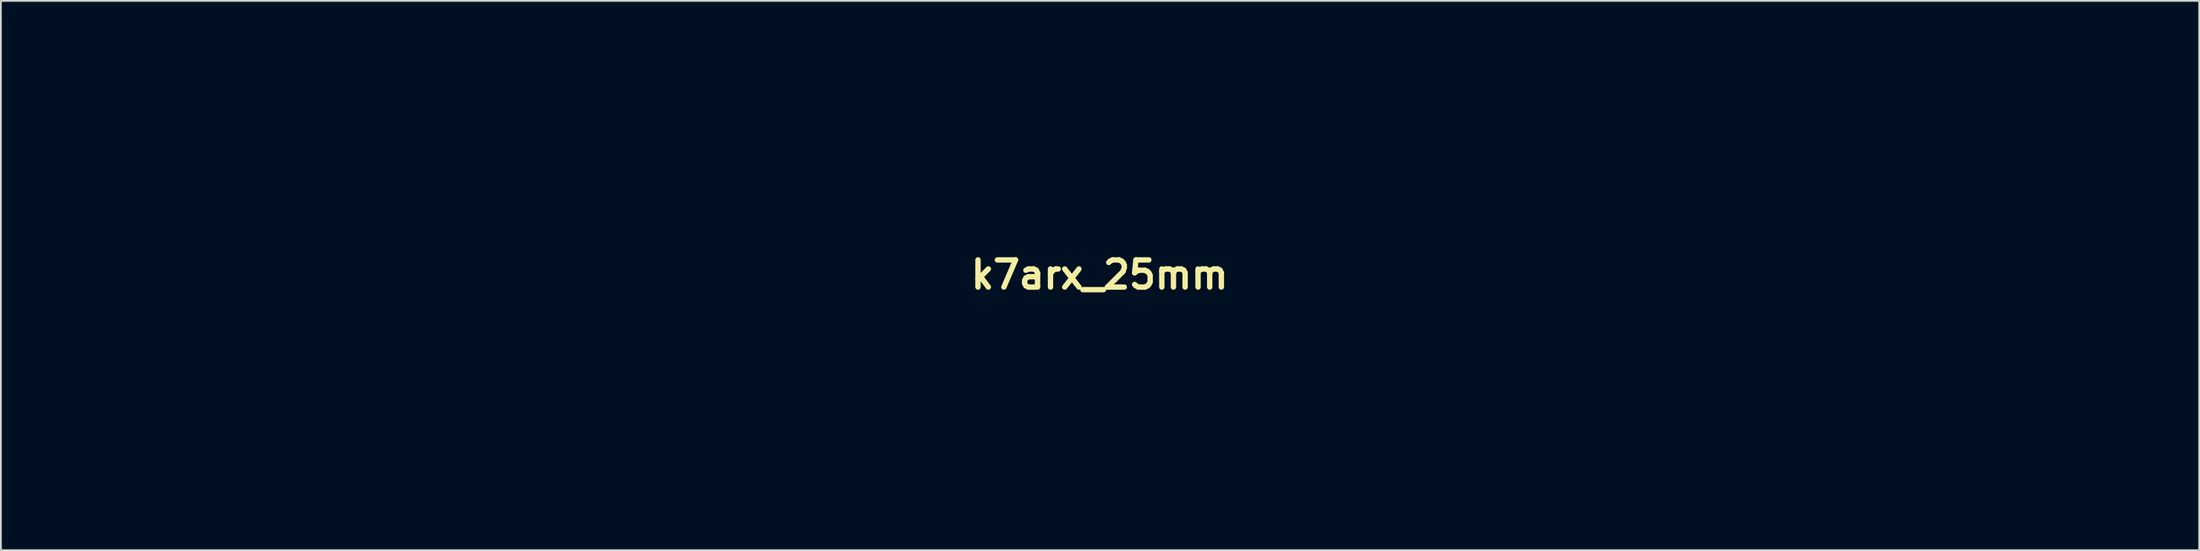
<source format=kicad_pcb>
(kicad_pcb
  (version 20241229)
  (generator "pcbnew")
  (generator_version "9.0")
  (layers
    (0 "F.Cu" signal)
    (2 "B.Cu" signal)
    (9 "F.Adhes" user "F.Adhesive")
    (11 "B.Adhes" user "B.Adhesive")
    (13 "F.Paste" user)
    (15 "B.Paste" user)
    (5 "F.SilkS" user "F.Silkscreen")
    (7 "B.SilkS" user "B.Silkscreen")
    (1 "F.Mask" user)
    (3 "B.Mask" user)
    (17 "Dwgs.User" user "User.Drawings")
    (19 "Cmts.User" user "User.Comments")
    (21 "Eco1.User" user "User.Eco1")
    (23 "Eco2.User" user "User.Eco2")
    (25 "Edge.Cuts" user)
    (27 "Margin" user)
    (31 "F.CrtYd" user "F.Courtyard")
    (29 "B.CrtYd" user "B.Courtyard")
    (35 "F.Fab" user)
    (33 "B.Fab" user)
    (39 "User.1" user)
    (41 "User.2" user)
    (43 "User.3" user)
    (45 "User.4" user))
  (footprint "k7arx_25mm"
    (layer "F.Cu")
    (at 58.603 12.369)
    (property "Reference" "k7arx_25mm" (at 0 0 0) (layer "F.SilkS") (effects (font (size 1.524 1.524) (thickness 0.3))))
    (attr through_hole)
    (fp_poly (pts (xy -32.074 -12.148) (xy -31.975 -12.142) (xy -31.837 -12.132) (xy -31.668 -12.118) (xy -31.472 -12.103) (xy -31.256 -12.085) (xy -31.026 -12.065) (xy -30.873 -12.051) (xy -30.395 -12.01) (xy -29.953 -11.973) (xy -29.54 -11.94) (xy -29.149 -11.912) (xy -28.774 -11.887) (xy -28.409 -11.866) (xy -28.048 -11.849) (xy -27.684 -11.834) (xy -27.312 -11.822) (xy -26.924 -11.814) (xy -26.515 -11.807) (xy -26.078 -11.802) (xy -25.607 -11.799) (xy -25.095 -11.798) (xy -24.8 -11.798) (xy -24.202 -11.799) (xy -23.648 -11.802) (xy -23.131 -11.807) (xy -22.646 -11.814) (xy -22.186 -11.824) (xy -21.745 -11.837) (xy -21.317 -11.852) (xy -20.896 -11.871) (xy -20.475 -11.893) (xy -20.049 -11.919) (xy -19.61 -11.948) (xy -19.205 -11.977) (xy -18.983 -11.993) (xy -18.776 -12.007) (xy -18.589 -12.019) (xy -18.427 -12.028) (xy -18.296 -12.034) (xy -18.201 -12.037) (xy -18.149 -12.037) (xy -18.142 -12.036) (xy -18.046 -11.985) (xy -17.941 -11.89) (xy -17.83 -11.756) (xy -17.717 -11.586) (xy -17.606 -11.386) (xy -17.594 -11.363) (xy -17.52 -11.204) (xy -17.446 -11.023) (xy -17.372 -10.828) (xy -17.303 -10.629) (xy -17.242 -10.433) (xy -17.191 -10.251) (xy -17.152 -10.09) (xy -17.13 -9.961) (xy -17.125 -9.893) (xy -17.132 -9.822) (xy -17.155 -9.749) (xy -17.199 -9.668) (xy -17.267 -9.574) (xy -17.364 -9.459) (xy -17.494 -9.318) (xy -17.516 -9.294) (xy -17.771 -9.023) (xy -17.999 -8.777) (xy -18.209 -8.546) (xy -18.41 -8.319) (xy -18.589 -8.113) (xy -19.304 -7.245) (xy -19.988 -6.348) (xy -20.639 -5.423) (xy -21.255 -4.475) (xy -21.833 -3.508) (xy -22.371 -2.525) (xy -22.868 -1.531) (xy -23.32 -0.528) (xy -23.726 0.48) (xy -23.983 1.188) (xy -24.26 2.033) (xy -24.501 2.865) (xy -24.709 3.692) (xy -24.886 4.526) (xy -25.034 5.375) (xy -25.156 6.251) (xy -25.242 7.05) (xy -25.253 7.195) (xy -25.262 7.379) (xy -25.271 7.594) (xy -25.277 7.835) (xy -25.283 8.093) (xy -25.286 8.364) (xy -25.288 8.639) (xy -25.289 8.912) (xy -25.288 9.178) (xy -25.286 9.428) (xy -25.281 9.657) (xy -25.275 9.858) (xy -25.268 10.024) (xy -25.258 10.149) (xy -25.255 10.175) (xy -25.224 10.4) (xy -25.183 10.642) (xy -25.137 10.885) (xy -25.086 11.119) (xy -25.035 11.329) (xy -24.985 11.502) (xy -24.984 11.506) (xy -24.93 11.694) (xy -24.895 11.865) (xy -24.882 11.975) (xy -24.878 12.076) (xy -24.882 12.144) (xy -24.897 12.195) (xy -24.927 12.245) (xy -24.929 12.249) (xy -24.991 12.32) (xy -25.066 12.38) (xy -25.075 12.386) (xy -25.09 12.395) (xy -25.107 12.402) (xy -25.129 12.409) (xy -25.158 12.414) (xy -25.199 12.419) (xy -25.253 12.423) (xy -25.324 12.427) (xy -25.415 12.43) (xy -25.528 12.433) (xy -25.668 12.435) (xy -25.836 12.436) (xy -26.036 12.437) (xy -26.271 12.439) (xy -26.544 12.439) (xy -26.857 12.44) (xy -27.215 12.441) (xy -27.619 12.441) (xy -27.637 12.441) (xy -27.987 12.442) (xy -28.323 12.442) (xy -28.642 12.441) (xy -28.941 12.441) (xy -29.217 12.44) (xy -29.465 12.438) (xy -29.683 12.437) (xy -29.867 12.435) (xy -30.013 12.433) (xy -30.118 12.43) (xy -30.178 12.428) (xy -30.191 12.426) (xy -30.311 12.375) (xy -30.424 12.288) (xy -30.516 12.178) (xy -30.573 12.06) (xy -30.574 12.055) (xy -30.588 11.971) (xy -30.596 11.837) (xy -30.599 11.655) (xy -30.596 11.426) (xy -30.587 11.15) (xy -30.575 10.863) (xy -30.501 9.816) (xy -30.379 8.755) (xy -30.209 7.682) (xy -29.993 6.597) (xy -29.729 5.5) (xy -29.418 4.393) (xy -29.061 3.275) (xy -28.657 2.148) (xy -28.207 1.012) (xy -27.711 -0.131) (xy -27.169 -1.282) (xy -26.582 -2.44) (xy -26.364 -2.85) (xy -26.029 -3.458) (xy -25.676 -4.075) (xy -25.308 -4.694) (xy -24.931 -5.307) (xy -24.549 -5.906) (xy -24.168 -6.484) (xy -23.793 -7.032) (xy -23.427 -7.543) (xy -23.327 -7.679) (xy -23.272 -7.757) (xy -23.234 -7.819) (xy -23.218 -7.855) (xy -23.219 -7.86) (xy -23.246 -7.863) (xy -23.319 -7.865) (xy -23.436 -7.867) (xy -23.592 -7.869) (xy -23.784 -7.871) (xy -24.009 -7.872) (xy -24.263 -7.873) (xy -24.542 -7.874) (xy -24.843 -7.875) (xy -25.162 -7.875) (xy -25.496 -7.875) (xy -25.842 -7.875) (xy -26.196 -7.875) (xy -26.554 -7.874) (xy -26.913 -7.874) (xy -27.269 -7.873) (xy -27.619 -7.872) (xy -27.96 -7.87) (xy -28.287 -7.869) (xy -28.598 -7.867) (xy -28.889 -7.865) (xy -29.156 -7.864) (xy -29.396 -7.861) (xy -29.605 -7.859) (xy -29.78 -7.857) (xy -29.918 -7.854) (xy -30.014 -7.851) (xy -30.05 -7.85) (xy -30.636 -7.798) (xy -31.188 -7.715) (xy -31.711 -7.601) (xy -32.211 -7.453) (xy -32.431 -7.375) (xy -32.542 -7.331) (xy -32.686 -7.27) (xy -32.85 -7.198) (xy -33.023 -7.12) (xy -33.192 -7.042) (xy -33.212 -7.032) (xy -33.426 -6.931) (xy -33.601 -6.851) (xy -33.742 -6.788) (xy -33.857 -6.742) (xy -33.949 -6.71) (xy -34.026 -6.689) (xy -34.092 -6.679) (xy -34.154 -6.675) (xy -34.16 -6.675) (xy -34.344 -6.693) (xy -34.504 -6.743) (xy -34.634 -6.823) (xy -34.729 -6.928) (xy -34.786 -7.054) (xy -34.8 -7.166) (xy -34.788 -7.305) (xy -34.753 -7.483) (xy -34.698 -7.694) (xy -34.625 -7.935) (xy -34.535 -8.201) (xy -34.431 -8.486) (xy -34.315 -8.786) (xy -34.188 -9.095) (xy -34.053 -9.41) (xy -33.912 -9.726) (xy -33.766 -10.037) (xy -33.619 -10.339) (xy -33.471 -10.627) (xy -33.324 -10.896) (xy -33.182 -11.141) (xy -33.045 -11.358) (xy -33.025 -11.388) (xy -32.874 -11.605) (xy -32.739 -11.781) (xy -32.617 -11.917) (xy -32.503 -12.019) (xy -32.393 -12.089) (xy -32.283 -12.131) (xy -32.169 -12.149) (xy -32.13 -12.15) (xy -32.074 -12.148)) (stroke (width 0.01) (type solid)) (fill yes) (layer "F.Mask"))
    (fp_poly (pts (xy -55.803 -11.962) (xy -55.502 -11.962) (xy -55.243 -11.962) (xy -55.024 -11.961) (xy -54.84 -11.959) (xy -54.688 -11.957) (xy -54.564 -11.955) (xy -54.465 -11.952) (xy -54.386 -11.947) (xy -54.325 -11.943) (xy -54.277 -11.937) (xy -54.239 -11.93) (xy -54.207 -11.922) (xy -54.195 -11.919) (xy -54.027 -11.847) (xy -53.893 -11.743) (xy -53.784 -11.601) (xy -53.75 -11.539) (xy -53.663 -11.367) (xy -53.666 -11.027) (xy -53.669 -10.875) (xy -53.678 -10.693) (xy -53.69 -10.502) (xy -53.704 -10.321) (xy -53.709 -10.275) (xy -53.735 -9.983) (xy -53.761 -9.667) (xy -53.785 -9.324) (xy -53.809 -8.95) (xy -53.833 -8.542) (xy -53.855 -8.097) (xy -53.878 -7.61) (xy -53.901 -7.079) (xy -53.913 -6.787) (xy -53.92 -6.6) (xy -53.927 -6.38) (xy -53.934 -6.133) (xy -53.941 -5.863) (xy -53.948 -5.575) (xy -53.954 -5.272) (xy -53.961 -4.961) (xy -53.967 -4.644) (xy -53.972 -4.327) (xy -53.978 -4.013) (xy -53.982 -3.709) (xy -53.986 -3.416) (xy -53.989 -3.142) (xy -53.992 -2.889) (xy -53.994 -2.662) (xy -53.994 -2.466) (xy -53.994 -2.305) (xy -53.993 -2.184) (xy -53.991 -2.107) (xy -53.99 -2.092) (xy -53.962 -1.929) (xy -53.913 -1.81) (xy -53.842 -1.737) (xy -53.75 -1.709) (xy -53.637 -1.726) (xy -53.504 -1.789) (xy -53.351 -1.897) (xy -53.35 -1.897) (xy -53.274 -1.961) (xy -53.166 -2.052) (xy -53.032 -2.168) (xy -52.878 -2.302) (xy -52.71 -2.45) (xy -52.533 -2.607) (xy -52.352 -2.767) (xy -52.174 -2.927) (xy -52.004 -3.08) (xy -51.847 -3.222) (xy -51.763 -3.299) (xy -51.371 -3.66) (xy -50.989 -4.018) (xy -50.613 -4.374) (xy -50.242 -4.731) (xy -49.872 -5.092) (xy -49.5 -5.46) (xy -49.124 -5.837) (xy -48.742 -6.228) (xy -48.349 -6.634) (xy -47.945 -7.058) (xy -47.524 -7.503) (xy -47.086 -7.972) (xy -46.627 -8.468) (xy -46.145 -8.994) (xy -45.636 -9.552) (xy -45.099 -10.145) (xy -45.049 -10.2) (xy -44.796 -10.48) (xy -44.573 -10.724) (xy -44.377 -10.937) (xy -44.206 -11.119) (xy -44.056 -11.275) (xy -43.925 -11.405) (xy -43.809 -11.514) (xy -43.705 -11.603) (xy -43.611 -11.675) (xy -43.524 -11.732) (xy -43.44 -11.777) (xy -43.358 -11.813) (xy -43.273 -11.842) (xy -43.183 -11.866) (xy -43.096 -11.886) (xy -43.061 -11.893) (xy -43.019 -11.899) (xy -42.968 -11.904) (xy -42.904 -11.909) (xy -42.825 -11.912) (xy -42.726 -11.915) (xy -42.606 -11.918) (xy -42.46 -11.92) (xy -42.285 -11.921) (xy -42.079 -11.922) (xy -41.838 -11.922) (xy -41.56 -11.922) (xy -41.24 -11.921) (xy -40.876 -11.921) (xy -40.538 -11.92) (xy -40.139 -11.918) (xy -39.787 -11.917) (xy -39.478 -11.916) (xy -39.211 -11.915) (xy -38.982 -11.913) (xy -38.787 -11.911) (xy -38.624 -11.909) (xy -38.489 -11.907) (xy -38.381 -11.904) (xy -38.294 -11.9) (xy -38.227 -11.896) (xy -38.177 -11.892) (xy -38.139 -11.887) (xy -38.113 -11.881) (xy -38.093 -11.874) (xy -38.08 -11.868) (xy -37.984 -11.789) (xy -37.924 -11.681) (xy -37.9 -11.554) (xy -37.917 -11.417) (xy -37.938 -11.355) (xy -37.966 -11.294) (xy -38.001 -11.233) (xy -38.047 -11.167) (xy -38.106 -11.092) (xy -38.183 -11.007) (xy -38.28 -10.906) (xy -38.401 -10.786) (xy -38.549 -10.643) (xy -38.728 -10.475) (xy -38.937 -10.28) (xy -39.599 -9.665) (xy -40.226 -9.081) (xy -40.822 -8.524) (xy -41.389 -7.992) (xy -41.931 -7.481) (xy -42.451 -6.989) (xy -42.952 -6.513) (xy -43.436 -6.05) (xy -43.908 -5.597) (xy -44.369 -5.15) (xy -44.823 -4.708) (xy -45.274 -4.267) (xy -45.723 -3.825) (xy -46.174 -3.378) (xy -46.63 -2.924) (xy -46.728 -2.827) (xy -46.961 -2.593) (xy -47.186 -2.367) (xy -47.4 -2.152) (xy -47.599 -1.949) (xy -47.783 -1.763) (xy -47.946 -1.596) (xy -48.088 -1.45) (xy -48.204 -1.329) (xy -48.293 -1.236) (xy -48.351 -1.172) (xy -48.372 -1.146) (xy -48.455 -1.024) (xy -48.5 -0.924) (xy -48.507 -0.834) (xy -48.476 -0.743) (xy -48.405 -0.639) (xy -48.355 -0.578) (xy -48.311 -0.527) (xy -48.24 -0.444) (xy -48.146 -0.333) (xy -48.033 -0.2) (xy -47.905 -0.05) (xy -47.769 0.111) (xy -47.642 0.26) (xy -47.24 0.734) (xy -46.846 1.197) (xy -46.463 1.646) (xy -46.092 2.079) (xy -45.736 2.494) (xy -45.397 2.888) (xy -45.077 3.258) (xy -44.777 3.603) (xy -44.501 3.92) (xy -44.25 4.206) (xy -44.027 4.459) (xy -43.833 4.676) (xy -43.801 4.713) (xy -43.097 5.484) (xy -42.413 6.212) (xy -41.746 6.901) (xy -41.095 7.551) (xy -40.456 8.165) (xy -39.828 8.746) (xy -39.208 9.296) (xy -38.593 9.816) (xy -38.087 10.227) (xy -38.009 10.289) (xy -37.902 10.375) (xy -37.776 10.474) (xy -37.644 10.579) (xy -37.548 10.656) (xy -37.345 10.824) (xy -37.161 10.988) (xy -37.003 11.142) (xy -36.876 11.281) (xy -36.784 11.401) (xy -36.763 11.435) (xy -36.688 11.599) (xy -36.648 11.771) (xy -36.646 11.936) (xy -36.65 11.961) (xy -36.688 12.115) (xy -36.753 12.234) (xy -36.85 12.329) (xy -36.95 12.391) (xy -36.965 12.398) (xy -36.984 12.405) (xy -37.01 12.41) (xy -37.044 12.415) (xy -37.091 12.42) (xy -37.153 12.424) (xy -37.232 12.427) (xy -37.332 12.43) (xy -37.456 12.433) (xy -37.606 12.435) (xy -37.784 12.437) (xy -37.995 12.438) (xy -38.24 12.439) (xy -38.523 12.441) (xy -38.846 12.442) (xy -39.213 12.443) (xy -39.625 12.444) (xy -39.812 12.444) (xy -40.319 12.446) (xy -40.776 12.446) (xy -41.184 12.446) (xy -41.544 12.445) (xy -41.857 12.444) (xy -42.122 12.442) (xy -42.342 12.439) (xy -42.516 12.436) (xy -42.645 12.432) (xy -42.73 12.428) (xy -42.762 12.425) (xy -42.888 12.396) (xy -43.026 12.35) (xy -43.114 12.313) (xy -43.23 12.245) (xy -43.352 12.151) (xy -43.483 12.026) (xy -43.627 11.867) (xy -43.788 11.67) (xy -43.9 11.524) (xy -44.232 11.087) (xy -44.572 10.646) (xy -44.922 10.199) (xy -45.284 9.744) (xy -45.66 9.278) (xy -46.053 8.798) (xy -46.463 8.304) (xy -46.893 7.792) (xy -47.345 7.26) (xy -47.82 6.706) (xy -48.321 6.127) (xy -48.85 5.521) (xy -49.408 4.887) (xy -49.998 4.22) (xy -50.528 3.625) (xy -50.765 3.36) (xy -50.972 3.129) (xy -51.15 2.93) (xy -51.304 2.761) (xy -51.435 2.619) (xy -51.546 2.501) (xy -51.64 2.404) (xy -51.719 2.325) (xy -51.785 2.262) (xy -51.842 2.212) (xy -51.892 2.173) (xy -51.937 2.141) (xy -51.937 2.141) (xy -51.995 2.105) (xy -52.046 2.084) (xy -52.098 2.078) (xy -52.155 2.09) (xy -52.225 2.124) (xy -52.311 2.181) (xy -52.421 2.264) (xy -52.56 2.375) (xy -52.651 2.45) (xy -52.913 2.668) (xy -53.138 2.86) (xy -53.328 3.031) (xy -53.487 3.184) (xy -53.618 3.323) (xy -53.723 3.452) (xy -53.805 3.575) (xy -53.868 3.696) (xy -53.915 3.818) (xy -53.948 3.945) (xy -53.971 4.081) (xy -53.979 4.15) (xy -53.985 4.245) (xy -53.988 4.387) (xy -53.988 4.571) (xy -53.985 4.793) (xy -53.98 5.051) (xy -53.972 5.339) (xy -53.962 5.655) (xy -53.95 5.995) (xy -53.937 6.354) (xy -53.921 6.73) (xy -53.904 7.118) (xy -53.885 7.514) (xy -53.865 7.916) (xy -53.843 8.319) (xy -53.821 8.719) (xy -53.798 9.112) (xy -53.773 9.496) (xy -53.762 9.662) (xy -53.737 10.04) (xy -53.716 10.371) (xy -53.698 10.659) (xy -53.684 10.907) (xy -53.673 11.12) (xy -53.666 11.301) (xy -53.662 11.453) (xy -53.662 11.579) (xy -53.666 11.684) (xy -53.674 11.771) (xy -53.685 11.843) (xy -53.7 11.904) (xy -53.719 11.957) (xy -53.742 12.006) (xy -53.769 12.055) (xy -53.782 12.078) (xy -53.882 12.201) (xy -54.02 12.309) (xy -54.185 12.391) (xy -54.225 12.406) (xy -54.264 12.411) (xy -54.349 12.416) (xy -54.474 12.42) (xy -54.634 12.424) (xy -54.824 12.428) (xy -55.04 12.432) (xy -55.275 12.435) (xy -55.526 12.437) (xy -55.787 12.439) (xy -56.054 12.441) (xy -56.321 12.442) (xy -56.583 12.443) (xy -56.836 12.443) (xy -57.075 12.442) (xy -57.294 12.441) (xy -57.489 12.439) (xy -57.654 12.436) (xy -57.785 12.433) (xy -57.877 12.429) (xy -57.919 12.425) (xy -58.114 12.373) (xy -58.284 12.28) (xy -58.423 12.15) (xy -58.527 11.988) (xy -58.553 11.927) (xy -58.571 11.877) (xy -58.584 11.829) (xy -58.592 11.775) (xy -58.597 11.706) (xy -58.598 11.615) (xy -58.597 11.493) (xy -58.593 11.331) (xy -58.591 11.275) (xy -58.584 11.082) (xy -58.575 10.857) (xy -58.563 10.621) (xy -58.551 10.391) (xy -58.539 10.2) (xy -58.513 9.795) (xy -58.488 9.345) (xy -58.462 8.856) (xy -58.437 8.333) (xy -58.413 7.782) (xy -58.39 7.207) (xy -58.367 6.616) (xy -58.345 6.012) (xy -58.325 5.401) (xy -58.307 4.79) (xy -58.29 4.182) (xy -58.275 3.584) (xy -58.263 3.001) (xy -58.252 2.438) (xy -58.248 2.188) (xy -58.235 0.677) (xy -58.237 -0.87) (xy -58.255 -2.445) (xy -58.289 -4.037) (xy -58.339 -5.635) (xy -58.403 -7.23) (xy -58.482 -8.812) (xy -58.54 -9.8) (xy -58.554 -10.036) (xy -58.566 -10.268) (xy -58.577 -10.488) (xy -58.585 -10.689) (xy -58.592 -10.864) (xy -58.595 -11.006) (xy -58.595 -11.106) (xy -58.595 -11.125) (xy -58.589 -11.257) (xy -58.581 -11.351) (xy -58.567 -11.423) (xy -58.546 -11.484) (xy -58.52 -11.539) (xy -58.41 -11.697) (xy -58.263 -11.823) (xy -58.11 -11.903) (xy -57.962 -11.963) (xy -56.15 -11.963) (xy -55.803 -11.962)) (stroke (width 0.01) (type solid)) (fill yes) (layer "F.Mask"))
    (fp_poly (pts (xy 18.785 -11.976) (xy 19.23 -11.975) (xy 19.668 -11.975) (xy 20.096 -11.974) (xy 20.511 -11.973) (xy 20.909 -11.972) (xy 21.289 -11.971) (xy 21.647 -11.969) (xy 21.981 -11.967) (xy 22.287 -11.965) (xy 22.563 -11.963) (xy 22.805 -11.961) (xy 23.012 -11.958) (xy 23.18 -11.955) (xy 23.306 -11.953) (xy 23.378 -11.95) (xy 23.826 -11.925) (xy 24.235 -11.894) (xy 24.613 -11.858) (xy 24.97 -11.815) (xy 25.317 -11.764) (xy 25.663 -11.704) (xy 25.762 -11.685) (xy 26.402 -11.542) (xy 27.002 -11.37) (xy 27.562 -11.168) (xy 28.082 -10.937) (xy 28.562 -10.676) (xy 29.002 -10.386) (xy 29.402 -10.067) (xy 29.761 -9.718) (xy 30.08 -9.341) (xy 30.358 -8.934) (xy 30.596 -8.498) (xy 30.67 -8.336) (xy 30.816 -7.964) (xy 30.942 -7.564) (xy 31.041 -7.154) (xy 31.085 -6.912) (xy 31.119 -6.698) (xy 31.144 -6.514) (xy 31.162 -6.348) (xy 31.175 -6.185) (xy 31.182 -6.011) (xy 31.185 -5.814) (xy 31.186 -5.612) (xy 31.176 -5.175) (xy 31.145 -4.773) (xy 31.093 -4.394) (xy 31.016 -4.027) (xy 30.914 -3.661) (xy 30.895 -3.6) (xy 30.71 -3.096) (xy 30.482 -2.607) (xy 30.211 -2.13) (xy 29.895 -1.663) (xy 29.532 -1.203) (xy 29.121 -0.749) (xy 28.975 -0.6) (xy 28.699 -0.332) (xy 28.415 -0.071) (xy 28.117 0.187) (xy 27.8 0.446) (xy 27.46 0.709) (xy 27.092 0.98) (xy 26.691 1.264) (xy 26.252 1.563) (xy 26.029 1.712) (xy 25.87 1.818) (xy 25.722 1.919) (xy 25.593 2.009) (xy 25.487 2.084) (xy 25.41 2.141) (xy 25.368 2.176) (xy 25.363 2.182) (xy 25.329 2.271) (xy 25.331 2.381) (xy 25.366 2.498) (xy 25.394 2.553) (xy 25.411 2.581) (xy 25.436 2.618) (xy 25.471 2.668) (xy 25.516 2.732) (xy 25.574 2.813) (xy 25.647 2.913) (xy 25.735 3.033) (xy 25.841 3.177) (xy 25.966 3.346) (xy 26.112 3.542) (xy 26.28 3.769) (xy 26.471 4.027) (xy 26.689 4.319) (xy 26.933 4.647) (xy 27.138 4.922) (xy 27.416 5.294) (xy 27.669 5.63) (xy 27.902 5.936) (xy 28.119 6.217) (xy 28.324 6.478) (xy 28.521 6.726) (xy 28.714 6.965) (xy 28.909 7.2) (xy 29.108 7.437) (xy 29.316 7.681) (xy 29.382 7.758) (xy 29.648 8.061) (xy 29.934 8.38) (xy 30.236 8.709) (xy 30.548 9.043) (xy 30.864 9.374) (xy 31.178 9.698) (xy 31.486 10.009) (xy 31.78 10.301) (xy 32.057 10.568) (xy 32.309 10.804) (xy 32.396 10.882) (xy 32.586 11.063) (xy 32.747 11.234) (xy 32.876 11.392) (xy 32.968 11.532) (xy 33.022 11.651) (xy 33.024 11.659) (xy 33.043 11.771) (xy 33.045 11.897) (xy 33.044 11.921) (xy 33.008 12.094) (xy 32.936 12.232) (xy 32.828 12.336) (xy 32.683 12.406) (xy 32.612 12.425) (xy 32.566 12.43) (xy 32.479 12.434) (xy 32.349 12.438) (xy 32.175 12.441) (xy 31.956 12.443) (xy 31.692 12.445) (xy 31.381 12.446) (xy 31.024 12.446) (xy 30.619 12.446) (xy 30.165 12.445) (xy 29.899 12.444) (xy 27.312 12.437) (xy 27.164 12.381) (xy 26.991 12.305) (xy 26.847 12.218) (xy 26.713 12.107) (xy 26.681 12.076) (xy 26.623 12.018) (xy 26.568 11.961) (xy 26.513 11.899) (xy 26.456 11.83) (xy 26.393 11.75) (xy 26.322 11.655) (xy 26.24 11.543) (xy 26.146 11.409) (xy 26.036 11.249) (xy 25.907 11.061) (xy 25.758 10.841) (xy 25.586 10.585) (xy 25.462 10.4) (xy 25.065 9.812) (xy 24.688 9.259) (xy 24.325 8.735) (xy 23.972 8.233) (xy 23.622 7.743) (xy 23.272 7.26) (xy 22.914 6.777) (xy 22.544 6.284) (xy 22.157 5.776) (xy 21.747 5.245) (xy 21.659 5.131) (xy 21.475 4.898) (xy 21.315 4.704) (xy 21.177 4.546) (xy 21.057 4.422) (xy 20.952 4.328) (xy 20.859 4.262) (xy 20.775 4.221) (xy 20.698 4.202) (xy 20.661 4.2) (xy 20.596 4.208) (xy 20.49 4.229) (xy 20.348 4.264) (xy 20.177 4.308) (xy 19.982 4.362) (xy 19.769 4.424) (xy 19.544 4.491) (xy 19.314 4.561) (xy 19.084 4.634) (xy 18.86 4.708) (xy 18.728 4.753) (xy 18.616 4.79) (xy 18.521 4.821) (xy 18.453 4.842) (xy 18.422 4.85) (xy 18.418 4.826) (xy 18.415 4.754) (xy 18.412 4.64) (xy 18.409 4.485) (xy 18.406 4.293) (xy 18.404 4.067) (xy 18.402 3.81) (xy 18.401 3.527) (xy 18.4 3.219) (xy 18.4 2.891) (xy 18.4 0.932) (xy 18.844 0.788) (xy 19.539 0.552) (xy 20.221 0.297) (xy 20.884 0.026) (xy 21.52 -0.257) (xy 22.121 -0.55) (xy 22.68 -0.849) (xy 22.762 -0.895) (xy 23.346 -1.245) (xy 23.883 -1.605) (xy 24.374 -1.974) (xy 24.819 -2.351) (xy 25.215 -2.736) (xy 25.565 -3.129) (xy 25.865 -3.529) (xy 26.117 -3.936) (xy 26.287 -4.275) (xy 26.432 -4.643) (xy 26.534 -5.01) (xy 26.594 -5.371) (xy 26.613 -5.723) (xy 26.59 -6.063) (xy 26.526 -6.388) (xy 26.421 -6.694) (xy 26.275 -6.978) (xy 26.09 -7.235) (xy 26.019 -7.315) (xy 25.781 -7.534) (xy 25.503 -7.728) (xy 25.189 -7.894) (xy 24.844 -8.03) (xy 24.471 -8.133) (xy 24.401 -8.149) (xy 24.311 -8.167) (xy 24.225 -8.183) (xy 24.14 -8.198) (xy 24.053 -8.211) (xy 23.961 -8.223) (xy 23.861 -8.233) (xy 23.75 -8.241) (xy 23.625 -8.249) (xy 23.482 -8.255) (xy 23.319 -8.26) (xy 23.133 -8.264) (xy 22.92 -8.267) (xy 22.678 -8.27) (xy 22.403 -8.272) (xy 22.093 -8.273) (xy 21.744 -8.274) (xy 21.353 -8.274) (xy 20.918 -8.275) (xy 20.573 -8.275) (xy 20.118 -8.275) (xy 19.71 -8.275) (xy 19.346 -8.275) (xy 19.024 -8.274) (xy 18.741 -8.273) (xy 18.495 -8.272) (xy 18.282 -8.27) (xy 18.1 -8.267) (xy 17.946 -8.263) (xy 17.818 -8.257) (xy 17.712 -8.251) (xy 17.627 -8.243) (xy 17.558 -8.233) (xy 17.504 -8.221) (xy 17.462 -8.208) (xy 17.429 -8.193) (xy 17.402 -8.175) (xy 17.379 -8.155) (xy 17.357 -8.133) (xy 17.333 -8.108) (xy 17.328 -8.103) (xy 17.312 -8.089) (xy 17.297 -8.077) (xy 17.283 -8.067) (xy 17.271 -8.056) (xy 17.259 -8.044) (xy 17.248 -8.027) (xy 17.237 -8.005) (xy 17.228 -7.976) (xy 17.22 -7.938) (xy 17.212 -7.89) (xy 17.205 -7.83) (xy 17.198 -7.756) (xy 17.193 -7.666) (xy 17.188 -7.56) (xy 17.183 -7.434) (xy 17.179 -7.288) (xy 17.176 -7.12) (xy 17.173 -6.928) (xy 17.17 -6.711) (xy 17.168 -6.467) (xy 17.167 -6.193) (xy 17.165 -5.889) (xy 17.164 -5.553) (xy 17.163 -5.184) (xy 17.163 -4.778) (xy 17.163 -4.336) (xy 17.162 -3.854) (xy 17.162 -3.332) (xy 17.162 -2.768) (xy 17.162 -2.16) (xy 17.162 -1.507) (xy 17.162 -0.806) (xy 17.163 -0.312) (xy 17.162 0.438) (xy 17.163 1.14) (xy 17.163 1.797) (xy 17.163 2.41) (xy 17.163 2.982) (xy 17.163 3.514) (xy 17.164 4.009) (xy 17.165 4.47) (xy 17.166 4.897) (xy 17.167 5.294) (xy 17.169 5.662) (xy 17.171 6.004) (xy 17.173 6.322) (xy 17.176 6.618) (xy 17.179 6.893) (xy 17.183 7.151) (xy 17.187 7.393) (xy 17.192 7.622) (xy 17.198 7.839) (xy 17.204 8.047) (xy 17.21 8.249) (xy 17.217 8.445) (xy 17.225 8.638) (xy 17.234 8.831) (xy 17.244 9.025) (xy 17.254 9.223) (xy 17.265 9.427) (xy 17.277 9.639) (xy 17.29 9.861) (xy 17.304 10.095) (xy 17.319 10.343) (xy 17.327 10.488) (xy 17.344 10.78) (xy 17.357 11.028) (xy 17.366 11.236) (xy 17.37 11.408) (xy 17.369 11.551) (xy 17.364 11.668) (xy 17.354 11.764) (xy 17.34 11.845) (xy 17.32 11.916) (xy 17.295 11.981) (xy 17.288 11.995) (xy 17.199 12.147) (xy 17.081 12.265) (xy 16.926 12.358) (xy 16.88 12.378) (xy 16.738 12.437) (xy 14.825 12.441) (xy 14.517 12.441) (xy 14.221 12.441) (xy 13.941 12.441) (xy 13.682 12.44) (xy 13.447 12.438) (xy 13.241 12.436) (xy 13.069 12.434) (xy 12.933 12.432) (xy 12.838 12.429) (xy 12.79 12.426) (xy 12.787 12.426) (xy 12.593 12.375) (xy 12.424 12.289) (xy 12.287 12.17) (xy 12.187 12.025) (xy 12.141 11.906) (xy 12.127 11.846) (xy 12.115 11.778) (xy 12.108 11.699) (xy 12.103 11.602) (xy 12.103 11.484) (xy 12.105 11.34) (xy 12.112 11.164) (xy 12.122 10.951) (xy 12.135 10.698) (xy 12.15 10.454) (xy 12.197 9.638) (xy 12.239 8.864) (xy 12.277 8.128) (xy 12.31 7.422) (xy 12.34 6.741) (xy 12.365 6.077) (xy 12.387 5.425) (xy 12.405 4.778) (xy 12.419 4.129) (xy 12.43 3.473) (xy 12.438 2.803) (xy 12.444 2.112) (xy 12.446 1.394) (xy 12.446 0.643) (xy 12.443 -0.148) (xy 12.442 -0.362) (xy 12.439 -0.95) (xy 12.435 -1.493) (xy 12.43 -1.998) (xy 12.425 -2.47) (xy 12.418 -2.915) (xy 12.411 -3.338) (xy 12.402 -3.745) (xy 12.392 -4.143) (xy 12.38 -4.536) (xy 12.367 -4.93) (xy 12.351 -5.332) (xy 12.334 -5.746) (xy 12.315 -6.179) (xy 12.293 -6.635) (xy 12.268 -7.122) (xy 12.25 -7.475) (xy 12.226 -7.936) (xy 12.205 -8.35) (xy 12.186 -8.72) (xy 12.169 -9.05) (xy 12.155 -9.342) (xy 12.143 -9.6) (xy 12.132 -9.827) (xy 12.124 -10.025) (xy 12.117 -10.198) (xy 12.111 -10.349) (xy 12.108 -10.481) (xy 12.105 -10.597) (xy 12.104 -10.7) (xy 12.103 -10.794) (xy 12.104 -10.881) (xy 12.105 -10.965) (xy 12.105 -10.971) (xy 12.109 -11.136) (xy 12.115 -11.26) (xy 12.122 -11.352) (xy 12.132 -11.42) (xy 12.146 -11.473) (xy 12.165 -11.521) (xy 12.167 -11.525) (xy 12.266 -11.682) (xy 12.403 -11.806) (xy 12.577 -11.897) (xy 12.745 -11.947) (xy 12.785 -11.95) (xy 12.872 -11.953) (xy 13.003 -11.956) (xy 13.176 -11.959) (xy 13.387 -11.961) (xy 13.634 -11.963) (xy 13.914 -11.965) (xy 14.224 -11.967) (xy 14.56 -11.969) (xy 14.921 -11.971) (xy 15.304 -11.972) (xy 15.704 -11.973) (xy 16.121 -11.974) (xy 16.55 -11.975) (xy 16.988 -11.975) (xy 17.434 -11.976) (xy 17.884 -11.976) (xy 18.336 -11.976) (xy 18.785 -11.976)) (stroke (width 0.01) (type solid)) (fill yes) (layer "F.Mask"))
    (fp_poly (pts (xy 40.453 -11.963) (xy 40.743 -11.962) (xy 40.995 -11.961) (xy 41.212 -11.958) (xy 41.397 -11.955) (xy 41.553 -11.95) (xy 41.683 -11.944) (xy 41.79 -11.936) (xy 41.877 -11.926) (xy 41.947 -11.913) (xy 42.004 -11.898) (xy 42.049 -11.881) (xy 42.087 -11.86) (xy 42.119 -11.836) (xy 42.15 -11.809) (xy 42.182 -11.777) (xy 42.218 -11.743) (xy 42.219 -11.742) (xy 42.261 -11.701) (xy 42.301 -11.658) (xy 42.342 -11.61) (xy 42.386 -11.553) (xy 42.437 -11.481) (xy 42.496 -11.391) (xy 42.568 -11.278) (xy 42.655 -11.138) (xy 42.759 -10.967) (xy 42.884 -10.76) (xy 42.985 -10.592) (xy 43.119 -10.369) (xy 43.232 -10.181) (xy 43.33 -10.02) (xy 43.417 -9.877) (xy 43.499 -9.743) (xy 43.58 -9.612) (xy 43.666 -9.474) (xy 43.761 -9.321) (xy 43.864 -9.156) (xy 43.945 -9.027) (xy 44.022 -8.903) (xy 44.09 -8.795) (xy 44.141 -8.713) (xy 44.161 -8.681) (xy 44.206 -8.61) (xy 44.276 -8.502) (xy 44.368 -8.361) (xy 44.479 -8.192) (xy 44.607 -7.999) (xy 44.748 -7.787) (xy 44.9 -7.559) (xy 45.059 -7.32) (xy 45.222 -7.075) (xy 45.388 -6.828) (xy 45.552 -6.583) (xy 45.712 -6.345) (xy 45.865 -6.118) (xy 46.008 -5.907) (xy 46.138 -5.715) (xy 46.252 -5.548) (xy 46.31 -5.463) (xy 46.438 -5.278) (xy 46.561 -5.103) (xy 46.675 -4.942) (xy 46.777 -4.802) (xy 46.863 -4.686) (xy 46.929 -4.601) (xy 46.972 -4.551) (xy 46.978 -4.544) (xy 47.07 -4.473) (xy 47.157 -4.433) (xy 47.243 -4.428) (xy 47.332 -4.458) (xy 47.427 -4.526) (xy 47.532 -4.633) (xy 47.65 -4.782) (xy 47.786 -4.975) (xy 47.788 -4.977) (xy 47.86 -5.084) (xy 47.952 -5.22) (xy 48.056 -5.371) (xy 48.163 -5.526) (xy 48.247 -5.649) (xy 48.687 -6.291) (xy 49.1 -6.902) (xy 49.492 -7.49) (xy 49.868 -8.064) (xy 50.233 -8.632) (xy 50.593 -9.201) (xy 50.952 -9.779) (xy 51.316 -10.375) (xy 51.47 -10.631) (xy 51.583 -10.818) (xy 51.692 -10.996) (xy 51.793 -11.161) (xy 51.883 -11.305) (xy 51.958 -11.424) (xy 52.015 -11.511) (xy 52.047 -11.559) (xy 52.187 -11.722) (xy 52.332 -11.839) (xy 52.489 -11.914) (xy 52.495 -11.916) (xy 52.52 -11.923) (xy 52.548 -11.93) (xy 52.582 -11.936) (xy 52.626 -11.941) (xy 52.681 -11.946) (xy 52.752 -11.95) (xy 52.841 -11.953) (xy 52.951 -11.955) (xy 53.085 -11.957) (xy 53.248 -11.959) (xy 53.44 -11.96) (xy 53.666 -11.961) (xy 53.929 -11.962) (xy 54.232 -11.962) (xy 54.577 -11.962) (xy 54.969 -11.962) (xy 55.112 -11.963) (xy 57.587 -11.963) (xy 57.698 -11.9) (xy 57.806 -11.818) (xy 57.87 -11.717) (xy 57.894 -11.59) (xy 57.892 -11.521) (xy 57.885 -11.459) (xy 57.875 -11.4) (xy 57.86 -11.339) (xy 57.836 -11.275) (xy 57.803 -11.203) (xy 57.758 -11.122) (xy 57.699 -11.026) (xy 57.624 -10.915) (xy 57.531 -10.783) (xy 57.417 -10.628) (xy 57.282 -10.447) (xy 57.122 -10.237) (xy 56.936 -9.995) (xy 56.721 -9.716) (xy 56.684 -9.669) (xy 56.504 -9.435) (xy 56.328 -9.207) (xy 56.159 -8.989) (xy 56.002 -8.784) (xy 55.858 -8.598) (xy 55.731 -8.433) (xy 55.625 -8.295) (xy 55.541 -8.187) (xy 55.484 -8.112) (xy 55.472 -8.096) (xy 55.385 -7.983) (xy 55.281 -7.846) (xy 55.171 -7.702) (xy 55.067 -7.566) (xy 55.051 -7.546) (xy 54.872 -7.311) (xy 54.667 -7.041) (xy 54.441 -6.741) (xy 54.197 -6.418) (xy 53.941 -6.076) (xy 53.674 -5.72) (xy 53.403 -5.357) (xy 53.131 -4.991) (xy 52.861 -4.629) (xy 52.598 -4.275) (xy 52.347 -3.935) (xy 52.11 -3.614) (xy 51.893 -3.319) (xy 51.698 -3.053) (xy 51.687 -3.038) (xy 51.577 -2.886) (xy 51.465 -2.734) (xy 51.359 -2.589) (xy 51.266 -2.462) (xy 51.193 -2.362) (xy 51.175 -2.337) (xy 51.098 -2.233) (xy 51.003 -2.102) (xy 50.9 -1.961) (xy 50.801 -1.823) (xy 50.775 -1.788) (xy 50.687 -1.665) (xy 50.601 -1.546) (xy 50.525 -1.442) (xy 50.468 -1.362) (xy 50.45 -1.337) (xy 50.252 -1.067) (xy 50.086 -0.836) (xy 49.951 -0.644) (xy 49.848 -0.489) (xy 49.775 -0.374) (xy 49.733 -0.296) (xy 49.724 -0.272) (xy 49.711 -0.196) (xy 49.716 -0.118) (xy 49.74 -0.031) (xy 49.788 0.071) (xy 49.861 0.195) (xy 49.961 0.346) (xy 50.044 0.463) (xy 50.138 0.594) (xy 50.253 0.754) (xy 50.381 0.931) (xy 50.512 1.115) (xy 50.64 1.293) (xy 50.699 1.375) (xy 51.128 1.969) (xy 51.57 2.578) (xy 52.022 3.195) (xy 52.48 3.817) (xy 52.941 4.438) (xy 53.4 5.052) (xy 53.853 5.655) (xy 54.298 6.241) (xy 54.729 6.806) (xy 55.143 7.344) (xy 55.537 7.85) (xy 55.861 8.262) (xy 56.176 8.66) (xy 56.495 9.061) (xy 56.814 9.458) (xy 57.126 9.846) (xy 57.428 10.218) (xy 57.714 10.569) (xy 57.98 10.892) (xy 58.22 11.182) (xy 58.235 11.2) (xy 58.373 11.38) (xy 58.486 11.557) (xy 58.535 11.65) (xy 58.586 11.76) (xy 58.616 11.844) (xy 58.632 11.919) (xy 58.637 12.004) (xy 58.637 12.033) (xy 58.636 12.125) (xy 58.627 12.184) (xy 58.605 12.228) (xy 58.561 12.275) (xy 58.535 12.299) (xy 58.435 12.374) (xy 58.322 12.417) (xy 58.296 12.423) (xy 58.253 12.429) (xy 58.177 12.433) (xy 58.067 12.437) (xy 57.921 12.44) (xy 57.736 12.443) (xy 57.512 12.444) (xy 57.246 12.446) (xy 56.937 12.446) (xy 56.583 12.446) (xy 56.183 12.446) (xy 55.761 12.445) (xy 53.362 12.438) (xy 53.214 12.378) (xy 53.061 12.294) (xy 52.912 12.173) (xy 52.782 12.025) (xy 52.739 11.962) (xy 52.703 11.906) (xy 52.647 11.814) (xy 52.573 11.695) (xy 52.489 11.555) (xy 52.397 11.404) (xy 52.333 11.298) (xy 52.24 11.145) (xy 52.152 11) (xy 52.074 10.871) (xy 52.009 10.766) (xy 51.963 10.691) (xy 51.944 10.661) (xy 51.906 10.601) (xy 51.85 10.511) (xy 51.783 10.403) (xy 51.712 10.288) (xy 51.711 10.287) (xy 51.54 10.013) (xy 51.343 9.704) (xy 51.127 9.368) (xy 50.894 9.012) (xy 50.65 8.641) (xy 50.399 8.264) (xy 50.146 7.886) (xy 49.895 7.514) (xy 49.65 7.155) (xy 49.416 6.816) (xy 49.326 6.688) (xy 49.254 6.585) (xy 49.162 6.453) (xy 49.054 6.299) (xy 48.94 6.136) (xy 48.825 5.972) (xy 48.775 5.9) (xy 48.659 5.734) (xy 48.536 5.558) (xy 48.413 5.385) (xy 48.3 5.225) (xy 48.205 5.091) (xy 48.176 5.05) (xy 48.068 4.9) (xy 47.946 4.728) (xy 47.823 4.555) (xy 47.712 4.399) (xy 47.695 4.375) (xy 47.611 4.258) (xy 47.534 4.153) (xy 47.469 4.068) (xy 47.422 4.01) (xy 47.405 3.992) (xy 47.323 3.947) (xy 47.219 3.931) (xy 47.116 3.945) (xy 47.079 3.96) (xy 47.029 3.999) (xy 46.963 4.067) (xy 46.893 4.153) (xy 46.869 4.185) (xy 46.827 4.244) (xy 46.76 4.339) (xy 46.671 4.465) (xy 46.564 4.617) (xy 46.441 4.79) (xy 46.307 4.979) (xy 46.165 5.181) (xy 46.019 5.388) (xy 45.871 5.598) (xy 45.725 5.804) (xy 45.586 6.003) (xy 45.455 6.188) (xy 45.337 6.355) (xy 45.299 6.409) (xy 44.563 7.472) (xy 43.843 8.543) (xy 43.148 9.614) (xy 42.482 10.672) (xy 42.114 11.275) (xy 42.022 11.426) (xy 41.933 11.573) (xy 41.851 11.706) (xy 41.783 11.817) (xy 41.733 11.898) (xy 41.721 11.917) (xy 41.591 12.09) (xy 41.443 12.234) (xy 41.288 12.341) (xy 41.212 12.377) (xy 41.062 12.438) (xy 38.638 12.442) (xy 38.292 12.442) (xy 37.96 12.442) (xy 37.644 12.442) (xy 37.349 12.441) (xy 37.077 12.44) (xy 36.833 12.439) (xy 36.62 12.437) (xy 36.441 12.435) (xy 36.3 12.433) (xy 36.2 12.431) (xy 36.146 12.428) (xy 36.138 12.427) (xy 35.987 12.37) (xy 35.878 12.286) (xy 35.812 12.176) (xy 35.789 12.041) (xy 35.809 11.881) (xy 35.811 11.875) (xy 35.84 11.777) (xy 35.877 11.682) (xy 35.927 11.584) (xy 35.994 11.476) (xy 36.081 11.353) (xy 36.192 11.208) (xy 36.331 11.035) (xy 36.402 10.95) (xy 37.015 10.204) (xy 37.649 9.42) (xy 38.299 8.604) (xy 38.961 7.762) (xy 39.629 6.899) (xy 40.3 6.022) (xy 40.97 5.135) (xy 41.174 4.862) (xy 41.358 4.616) (xy 41.518 4.402) (xy 41.658 4.213) (xy 41.785 4.042) (xy 41.904 3.882) (xy 42.02 3.725) (xy 42.139 3.564) (xy 42.266 3.391) (xy 42.406 3.199) (xy 42.566 2.981) (xy 42.673 2.835) (xy 42.771 2.701) (xy 42.875 2.56) (xy 42.974 2.425) (xy 43.057 2.312) (xy 43.075 2.288) (xy 43.156 2.176) (xy 43.254 2.041) (xy 43.356 1.9) (xy 43.446 1.775) (xy 43.542 1.639) (xy 43.654 1.483) (xy 43.768 1.324) (xy 43.869 1.184) (xy 44.043 0.941) (xy 44.191 0.735) (xy 44.315 0.563) (xy 44.416 0.42) (xy 44.497 0.304) (xy 44.56 0.21) (xy 44.609 0.135) (xy 44.644 0.076) (xy 44.669 0.028) (xy 44.686 -0.011) (xy 44.698 -0.046) (xy 44.705 -0.08) (xy 44.709 -0.101) (xy 44.714 -0.183) (xy 44.698 -0.271) (xy 44.656 -0.372) (xy 44.587 -0.492) (xy 44.487 -0.64) (xy 44.45 -0.691) (xy 44.349 -0.829) (xy 44.236 -0.985) (xy 44.125 -1.138) (xy 44.037 -1.26) (xy 43.98 -1.338) (xy 43.898 -1.451) (xy 43.794 -1.594) (xy 43.673 -1.761) (xy 43.538 -1.946) (xy 43.393 -2.145) (xy 43.243 -2.351) (xy 43.091 -2.56) (xy 42.942 -2.765) (xy 42.799 -2.962) (xy 42.666 -3.144) (xy 42.547 -3.307) (xy 42.446 -3.446) (xy 42.367 -3.554) (xy 42.357 -3.568) (xy 42.246 -3.719) (xy 42.11 -3.903) (xy 41.953 -4.116) (xy 41.778 -4.352) (xy 41.588 -4.607) (xy 41.387 -4.877) (xy 41.178 -5.157) (xy 40.964 -5.443) (xy 40.749 -5.73) (xy 40.537 -6.013) (xy 40.329 -6.289) (xy 40.131 -6.553) (xy 39.945 -6.8) (xy 39.775 -7.026) (xy 39.624 -7.226) (xy 39.495 -7.396) (xy 39.391 -7.531) (xy 39.374 -7.554) (xy 39.3 -7.649) (xy 39.204 -7.774) (xy 39.094 -7.918) (xy 38.979 -8.069) (xy 38.865 -8.218) (xy 38.85 -8.237) (xy 38.723 -8.403) (xy 38.58 -8.59) (xy 38.433 -8.782) (xy 38.293 -8.964) (xy 38.188 -9.1) (xy 38.079 -9.24) (xy 37.949 -9.409) (xy 37.806 -9.594) (xy 37.659 -9.785) (xy 37.516 -9.97) (xy 37.425 -10.088) (xy 37.305 -10.243) (xy 37.189 -10.393) (xy 37.081 -10.532) (xy 36.988 -10.652) (xy 36.915 -10.746) (xy 36.866 -10.808) (xy 36.865 -10.809) (xy 36.796 -10.906) (xy 36.72 -11.027) (xy 36.653 -11.149) (xy 36.64 -11.175) (xy 36.589 -11.285) (xy 36.558 -11.37) (xy 36.543 -11.444) (xy 36.538 -11.527) (xy 36.538 -11.55) (xy 36.548 -11.679) (xy 36.582 -11.774) (xy 36.647 -11.846) (xy 36.746 -11.905) (xy 36.862 -11.963) (xy 39.325 -11.963) (xy 39.747 -11.963) (xy 40.122 -11.963) (xy 40.453 -11.963)) (stroke (width 0.01) (type solid)) (fill yes) (layer "F.Mask"))
    (fp_poly (pts (xy -3.098 -12.362) (xy -2.905 -12.356) (xy -2.733 -12.346) (xy -2.592 -12.333) (xy -2.5 -12.318) (xy -2.244 -12.238) (xy -2.016 -12.122) (xy -1.819 -11.971) (xy -1.658 -11.791) (xy -1.599 -11.701) (xy -1.564 -11.637) (xy -1.512 -11.533) (xy -1.447 -11.398) (xy -1.372 -11.239) (xy -1.291 -11.063) (xy -1.207 -10.876) (xy -1.172 -10.798) (xy -1.079 -10.59) (xy -0.981 -10.37) (xy -0.883 -10.15) (xy -0.79 -9.941) (xy -0.706 -9.754) (xy -0.637 -9.601) (xy -0.632 -9.588) (xy -0.56 -9.428) (xy -0.489 -9.268) (xy -0.423 -9.12) (xy -0.367 -8.994) (xy -0.326 -8.902) (xy -0.325 -8.9) (xy -0.271 -8.78) (xy -0.208 -8.638) (xy -0.145 -8.496) (xy -0.118 -8.438) (xy -0.072 -8.335) (xy -0.011 -8.199) (xy 0.06 -8.041) (xy 0.135 -7.874) (xy 0.209 -7.709) (xy 0.212 -7.7) (xy 0.286 -7.536) (xy 0.361 -7.37) (xy 0.431 -7.212) (xy 0.492 -7.077) (xy 0.538 -6.974) (xy 0.54 -6.969) (xy 0.603 -6.83) (xy 0.673 -6.674) (xy 0.739 -6.526) (xy 0.76 -6.481) (xy 0.805 -6.381) (xy 0.865 -6.247) (xy 0.935 -6.091) (xy 1.009 -5.925) (xy 1.083 -5.76) (xy 1.087 -5.75) (xy 1.191 -5.518) (xy 1.283 -5.313) (xy 1.37 -5.119) (xy 1.459 -4.922) (xy 1.557 -4.705) (xy 1.637 -4.525) (xy 1.7 -4.385) (xy 1.772 -4.227) (xy 1.84 -4.076) (xy 1.863 -4.025) (xy 1.925 -3.885) (xy 1.997 -3.727) (xy 2.065 -3.576) (xy 2.087 -3.525) (xy 2.15 -3.385) (xy 2.222 -3.227) (xy 2.29 -3.076) (xy 2.312 -3.025) (xy 2.375 -2.885) (xy 2.447 -2.727) (xy 2.515 -2.576) (xy 2.538 -2.525) (xy 2.6 -2.385) (xy 2.672 -2.227) (xy 2.74 -2.076) (xy 2.763 -2.025) (xy 2.825 -1.885) (xy 2.897 -1.727) (xy 2.965 -1.576) (xy 2.987 -1.525) (xy 3.05 -1.386) (xy 3.12 -1.23) (xy 3.186 -1.083) (xy 3.209 -1.031) (xy 3.251 -0.939) (xy 3.309 -0.81) (xy 3.379 -0.656) (xy 3.456 -0.486) (xy 3.537 -0.309) (xy 3.586 -0.2) (xy 3.665 -0.027) (xy 3.743 0.144) (xy 3.815 0.303) (xy 3.878 0.441) (xy 3.927 0.549) (xy 3.95 0.6) (xy 3.988 0.683) (xy 4.042 0.803) (xy 4.108 0.949) (xy 4.183 1.113) (xy 4.261 1.286) (xy 4.313 1.4) (xy 4.399 1.589) (xy 4.491 1.792) (xy 4.583 1.993) (xy 4.668 2.182) (xy 4.741 2.343) (xy 4.767 2.4) (xy 4.837 2.554) (xy 4.909 2.713) (xy 4.977 2.863) (xy 5.035 2.99) (xy 5.062 3.05) (xy 5.108 3.151) (xy 5.17 3.286) (xy 5.24 3.44) (xy 5.314 3.602) (xy 5.376 3.737) (xy 5.497 4.004) (xy 5.604 4.238) (xy 5.701 4.451) (xy 5.795 4.656) (xy 5.891 4.866) (xy 5.995 5.092) (xy 6.05 5.213) (xy 6.135 5.396) (xy 6.23 5.603) (xy 6.327 5.815) (xy 6.418 6.013) (xy 6.475 6.138) (xy 6.595 6.4) (xy 6.698 6.624) (xy 6.788 6.818) (xy 6.868 6.989) (xy 6.943 7.146) (xy 7.014 7.296) (xy 7.088 7.446) (xy 7.166 7.605) (xy 7.253 7.779) (xy 7.302 7.877) (xy 7.446 8.164) (xy 7.609 8.479) (xy 7.789 8.825) (xy 7.989 9.203) (xy 8.21 9.617) (xy 8.454 10.068) (xy 8.721 10.56) (xy 8.797 10.7) (xy 8.935 10.955) (xy 9.049 11.171) (xy 9.142 11.354) (xy 9.216 11.509) (xy 9.271 11.639) (xy 9.312 11.751) (xy 9.339 11.848) (xy 9.354 11.935) (xy 9.36 12.018) (xy 9.36 12.029) (xy 9.351 12.16) (xy 9.316 12.258) (xy 9.248 12.336) (xy 9.172 12.387) (xy 9.157 12.396) (xy 9.139 12.403) (xy 9.116 12.41) (xy 9.085 12.415) (xy 9.042 12.42) (xy 8.984 12.424) (xy 8.909 12.428) (xy 8.813 12.43) (xy 8.692 12.433) (xy 8.545 12.434) (xy 8.368 12.435) (xy 8.157 12.436) (xy 7.91 12.437) (xy 7.624 12.437) (xy 7.295 12.437) (xy 6.92 12.437) (xy 6.75 12.438) (xy 4.412 12.438) (xy 4.31 12.383) (xy 4.202 12.311) (xy 4.111 12.218) (xy 4.032 12.097) (xy 3.962 11.942) (xy 3.897 11.747) (xy 3.864 11.625) (xy 3.697 11.036) (xy 3.496 10.425) (xy 3.266 9.802) (xy 3.009 9.178) (xy 2.793 8.696) (xy 2.688 8.498) (xy 2.578 8.345) (xy 2.456 8.231) (xy 2.316 8.149) (xy 2.188 8.103) (xy 2.138 8.095) (xy 2.046 8.085) (xy 1.918 8.075) (xy 1.76 8.064) (xy 1.58 8.053) (xy 1.385 8.043) (xy 1.288 8.038) (xy 0.21 7.993) (xy -0.843 7.96) (xy -1.883 7.939) (xy -2.92 7.929) (xy -3.965 7.932) (xy -5.029 7.946) (xy -6.121 7.973) (xy -7.069 8.004) (xy -7.264 8.011) (xy -7.444 8.016) (xy -7.6 8.02) (xy -7.729 8.023) (xy -7.823 8.024) (xy -7.876 8.023) (xy -7.887 8.022) (xy -7.883 7.998) (xy -7.861 7.936) (xy -7.823 7.834) (xy -7.766 7.69) (xy -7.691 7.505) (xy -7.597 7.276) (xy -7.484 7.003) (xy -7.451 6.925) (xy -7.403 6.81) (xy -7.342 6.662) (xy -7.272 6.493) (xy -7.199 6.316) (xy -7.128 6.145) (xy -7.125 6.138) (xy -7.015 5.87) (xy -6.921 5.644) (xy -6.842 5.453) (xy -6.776 5.293) (xy -6.719 5.156) (xy -6.67 5.039) (xy -6.627 4.936) (xy -6.587 4.842) (xy -6.564 4.787) (xy -6.458 4.537) (xy -6.323 4.545) (xy -6.252 4.549) (xy -6.142 4.555) (xy -6.007 4.563) (xy -5.857 4.572) (xy -5.763 4.577) (xy -5.591 4.586) (xy -5.375 4.593) (xy -5.124 4.6) (xy -4.842 4.606) (xy -4.537 4.611) (xy -4.216 4.615) (xy -3.885 4.617) (xy -3.551 4.619) (xy -3.22 4.62) (xy -2.9 4.619) (xy -2.597 4.618) (xy -2.318 4.615) (xy -2.069 4.611) (xy -1.857 4.605) (xy -1.792 4.603) (xy -1.455 4.589) (xy -1.129 4.575) (xy -0.82 4.561) (xy -0.532 4.547) (xy -0.269 4.532) (xy -0.034 4.519) (xy 0.168 4.506) (xy 0.333 4.494) (xy 0.458 4.483) (xy 0.537 4.473) (xy 0.548 4.471) (xy 0.674 4.428) (xy 0.771 4.359) (xy 0.83 4.269) (xy 0.838 4.243) (xy 0.84 4.177) (xy 0.823 4.072) (xy 0.785 3.927) (xy 0.727 3.741) (xy 0.649 3.513) (xy 0.549 3.241) (xy 0.485 3.075) (xy 0.4 2.852) (xy 0.315 2.633) (xy 0.234 2.425) (xy 0.159 2.235) (xy 0.094 2.07) (xy 0.041 1.937) (xy 0.003 1.844) (xy 0.000211 1.837) (xy -0.029 1.766) (xy -0.074 1.657) (xy -0.131 1.519) (xy -0.196 1.359) (xy -0.266 1.187) (xy -0.326 1.038) (xy -0.398 0.862) (xy -0.467 0.693) (xy -0.53 0.538) (xy -0.585 0.406) (xy -0.626 0.305) (xy -0.65 0.25) (xy -0.687 0.162) (xy -0.737 0.044) (xy -0.793 -0.09) (xy -0.847 -0.219) (xy -0.968 -0.508) (xy -1.073 -0.759) (xy -1.166 -0.981) (xy -1.25 -1.181) (xy -1.328 -1.368) (xy -1.405 -1.55) (xy -1.484 -1.735) (xy -1.568 -1.932) (xy -1.613 -2.038) (xy -1.661 -2.151) (xy -1.726 -2.303) (xy -1.804 -2.487) (xy -1.893 -2.695) (xy -1.989 -2.922) (xy -2.09 -3.159) (xy -2.193 -3.4) (xy -2.262 -3.562) (xy -2.363 -3.798) (xy -2.462 -4.032) (xy -2.559 -4.257) (xy -2.649 -4.468) (xy -2.73 -4.657) (xy -2.799 -4.818) (xy -2.854 -4.944) (xy -2.884 -5.012) (xy -2.977 -5.211) (xy -3.063 -5.363) (xy -3.143 -5.469) (xy -3.22 -5.531) (xy -3.297 -5.55) (xy -3.375 -5.528) (xy -3.457 -5.466) (xy -3.506 -5.413) (xy -3.546 -5.355) (xy -3.602 -5.252) (xy -3.674 -5.107) (xy -3.76 -4.923) (xy -3.859 -4.702) (xy -3.97 -4.446) (xy -4.037 -4.287) (xy -4.11 -4.117) (xy -4.181 -3.95) (xy -4.246 -3.796) (xy -4.302 -3.665) (xy -4.345 -3.565) (xy -4.363 -3.525) (xy -4.4 -3.438) (xy -4.454 -3.311) (xy -4.523 -3.15) (xy -4.604 -2.96) (xy -4.695 -2.747) (xy -4.793 -2.517) (xy -4.895 -2.276) (xy -4.999 -2.029) (xy -5.103 -1.783) (xy -5.205 -1.543) (xy -5.301 -1.315) (xy -5.389 -1.105) (xy -5.467 -0.919) (xy -5.475 -0.9) (xy -5.535 -0.757) (xy -5.599 -0.605) (xy -5.659 -0.462) (xy -5.703 -0.356) (xy -5.76 -0.22) (xy -5.825 -0.067) (xy -5.885 0.076) (xy -5.897 0.106) (xy -5.954 0.243) (xy -6.025 0.414) (xy -6.107 0.611) (xy -6.195 0.828) (xy -6.289 1.057) (xy -6.384 1.29) (xy -6.478 1.52) (xy -6.567 1.74) (xy -6.648 1.942) (xy -6.719 2.118) (xy -6.777 2.262) (xy -6.811 2.35) (xy -6.864 2.486) (xy -6.915 2.614) (xy -6.958 2.724) (xy -6.99 2.803) (xy -6.999 2.825) (xy -7.022 2.884) (xy -7.059 2.981) (xy -7.106 3.105) (xy -7.159 3.246) (xy -7.211 3.388) (xy -7.273 3.551) (xy -7.337 3.721) (xy -7.4 3.882) (xy -7.454 4.02) (xy -7.487 4.1) (xy -7.526 4.194) (xy -7.58 4.324) (xy -7.646 4.483) (xy -7.72 4.661) (xy -7.798 4.848) (xy -7.876 5.037) (xy -7.876 5.037) (xy -7.953 5.221) (xy -8.027 5.401) (xy -8.096 5.567) (xy -8.156 5.713) (xy -8.204 5.829) (xy -8.236 5.908) (xy -8.238 5.912) (xy -8.277 6.008) (xy -8.329 6.136) (xy -8.389 6.281) (xy -8.451 6.43) (xy -8.475 6.487) (xy -8.582 6.744) (xy -8.689 7.003) (xy -8.804 7.278) (xy -8.929 7.58) (xy -9.002 7.756) (xy -9.079 7.941) (xy -9.159 8.131) (xy -9.247 8.334) (xy -9.346 8.561) (xy -9.46 8.821) (xy -9.506 8.925) (xy -9.716 9.413) (xy -9.902 9.876) (xy -10.07 10.329) (xy -10.226 10.788) (xy -10.374 11.268) (xy -10.486 11.66) (xy -10.526 11.793) (xy -10.568 11.922) (xy -10.609 12.031) (xy -10.643 12.106) (xy -10.644 12.109) (xy -10.73 12.23) (xy -10.844 12.333) (xy -10.968 12.406) (xy -11.019 12.424) (xy -11.058 12.428) (xy -11.142 12.431) (xy -11.267 12.434) (xy -11.429 12.437) (xy -11.624 12.44) (xy -11.846 12.442) (xy -12.092 12.444) (xy -12.358 12.445) (xy -12.638 12.446) (xy -12.929 12.447) (xy -13.226 12.447) (xy -13.524 12.448) (xy -13.82 12.447) (xy -14.109 12.447) (xy -14.386 12.446) (xy -14.648 12.445) (xy -14.889 12.443) (xy -15.106 12.441) (xy -15.293 12.439) (xy -15.447 12.436) (xy -15.564 12.433) (xy -15.638 12.43) (xy -15.662 12.427) (xy -15.8 12.374) (xy -15.897 12.293) (xy -15.955 12.182) (xy -15.974 12.041) (xy -15.952 11.869) (xy -15.9 11.689) (xy -15.877 11.629) (xy -15.849 11.561) (xy -15.813 11.483) (xy -15.769 11.39) (xy -15.713 11.279) (xy -15.644 11.146) (xy -15.56 10.987) (xy -15.459 10.798) (xy -15.338 10.575) (xy -15.197 10.315) (xy -15.1 10.137) (xy -15.006 9.966) (xy -14.899 9.769) (xy -14.788 9.566) (xy -14.685 9.374) (xy -14.631 9.275) (xy -14.554 9.132) (xy -14.46 8.952) (xy -14.353 8.745) (xy -14.236 8.516) (xy -14.113 8.273) (xy -13.987 8.024) (xy -13.863 7.776) (xy -13.743 7.536) (xy -13.633 7.311) (xy -13.534 7.11) (xy -13.452 6.938) (xy -13.393 6.812) (xy -13.327 6.67) (xy -13.25 6.503) (xy -13.171 6.331) (xy -13.099 6.177) (xy -13.098 6.175) (xy -13.028 6.023) (xy -12.951 5.855) (xy -12.877 5.692) (xy -12.814 5.554) (xy -12.812 5.55) (xy -12.759 5.434) (xy -12.691 5.285) (xy -12.614 5.117) (xy -12.535 4.944) (xy -12.463 4.787) (xy -12.389 4.626) (xy -12.314 4.462) (xy -12.243 4.308) (xy -12.183 4.175) (xy -12.138 4.076) (xy -12.138 4.075) (xy -12.089 3.966) (xy -12.021 3.816) (xy -11.935 3.628) (xy -11.835 3.406) (xy -11.72 3.154) (xy -11.593 2.875) (xy -11.456 2.575) (xy -11.311 2.256) (xy -11.158 1.922) (xy -11.068 1.725) (xy -10.995 1.565) (xy -10.921 1.402) (xy -10.851 1.249) (xy -10.792 1.117) (xy -10.75 1.025) (xy -10.692 0.897) (xy -10.624 0.746) (xy -10.557 0.596) (xy -10.522 0.519) (xy -10.456 0.374) (xy -10.382 0.21) (xy -10.311 0.052) (xy -10.278 -0.019) (xy -10.217 -0.155) (xy -10.149 -0.304) (xy -10.087 -0.443) (xy -10.056 -0.512) (xy -10.004 -0.626) (xy -9.94 -0.767) (xy -9.872 -0.917) (xy -9.811 -1.05) (xy -9.746 -1.194) (xy -9.675 -1.349) (xy -9.609 -1.495) (xy -9.559 -1.606) (xy -9.498 -1.743) (xy -9.428 -1.899) (xy -9.361 -2.048) (xy -9.338 -2.1) (xy -9.275 -2.24) (xy -9.203 -2.398) (xy -9.135 -2.549) (xy -9.113 -2.6) (xy -9.05 -2.74) (xy -8.978 -2.898) (xy -8.91 -3.049) (xy -8.887 -3.1) (xy -8.825 -3.24) (xy -8.753 -3.398) (xy -8.685 -3.549) (xy -8.662 -3.6) (xy -8.6 -3.74) (xy -8.528 -3.898) (xy -8.46 -4.049) (xy -8.438 -4.1) (xy -8.375 -4.24) (xy -8.303 -4.398) (xy -8.235 -4.549) (xy -8.213 -4.6) (xy -8.15 -4.74) (xy -8.078 -4.898) (xy -8.01 -5.049) (xy -7.987 -5.1) (xy -7.879 -5.34) (xy -7.785 -5.55) (xy -7.697 -5.745) (xy -7.61 -5.941) (xy -7.515 -6.151) (xy -7.438 -6.325) (xy -7.322 -6.582) (xy -7.22 -6.81) (xy -7.125 -7.022) (xy -7.029 -7.236) (xy -6.925 -7.466) (xy -6.885 -7.556) (xy -6.825 -7.69) (xy -6.76 -7.834) (xy -6.7 -7.968) (xy -6.675 -8.025) (xy -6.622 -8.145) (xy -6.558 -8.287) (xy -6.495 -8.429) (xy -6.468 -8.488) (xy -6.381 -8.682) (xy -6.289 -8.887) (xy -6.195 -9.096) (xy -6.104 -9.299) (xy -6.019 -9.489) (xy -5.943 -9.659) (xy -5.88 -9.801) (xy -5.833 -9.907) (xy -5.825 -9.925) (xy -5.776 -10.035) (xy -5.728 -10.143) (xy -5.689 -10.229) (xy -5.68 -10.25) (xy -5.654 -10.309) (xy -5.612 -10.404) (xy -5.558 -10.526) (xy -5.497 -10.664) (xy -5.437 -10.8) (xy -5.333 -11.035) (xy -5.246 -11.229) (xy -5.172 -11.388) (xy -5.11 -11.517) (xy -5.055 -11.621) (xy -5.005 -11.706) (xy -4.958 -11.777) (xy -4.91 -11.84) (xy -4.858 -11.899) (xy -4.834 -11.925) (xy -4.653 -12.086) (xy -4.45 -12.208) (xy -4.217 -12.295) (xy -4.125 -12.318) (xy -4.02 -12.335) (xy -3.875 -12.347) (xy -3.7 -12.356) (xy -3.506 -12.362) (xy -3.302 -12.364) (xy -3.098 -12.362)) (stroke (width 0.01) (type solid)) (fill yes) (layer "F.Mask")))
  (gr_rect
    (start -3 -3)
    (end 120.246 27.821)
    (stroke (width 0.1) (type default))
    (fill no)
    (layer "Edge.Cuts")))
</source>
